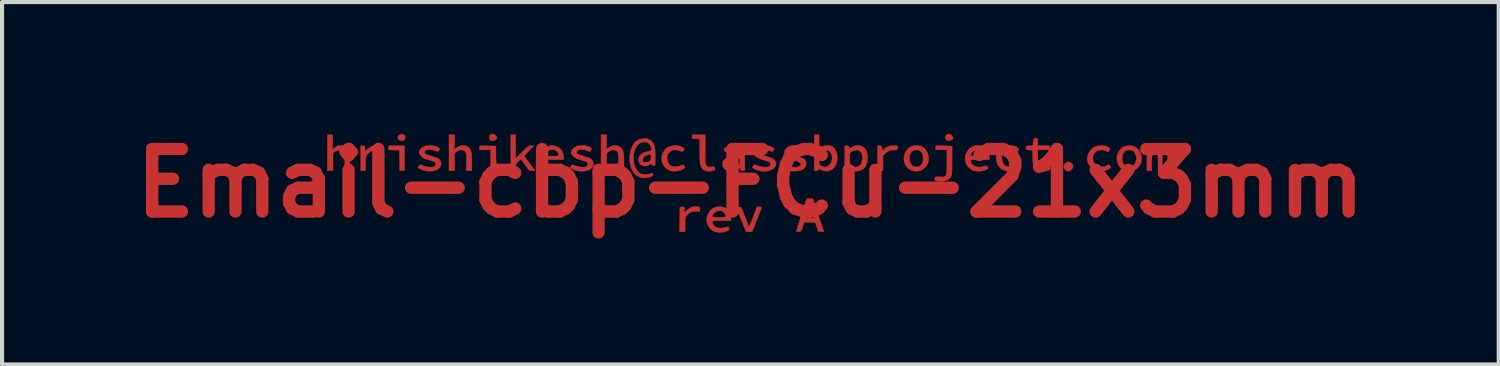
<source format=kicad_pcb>
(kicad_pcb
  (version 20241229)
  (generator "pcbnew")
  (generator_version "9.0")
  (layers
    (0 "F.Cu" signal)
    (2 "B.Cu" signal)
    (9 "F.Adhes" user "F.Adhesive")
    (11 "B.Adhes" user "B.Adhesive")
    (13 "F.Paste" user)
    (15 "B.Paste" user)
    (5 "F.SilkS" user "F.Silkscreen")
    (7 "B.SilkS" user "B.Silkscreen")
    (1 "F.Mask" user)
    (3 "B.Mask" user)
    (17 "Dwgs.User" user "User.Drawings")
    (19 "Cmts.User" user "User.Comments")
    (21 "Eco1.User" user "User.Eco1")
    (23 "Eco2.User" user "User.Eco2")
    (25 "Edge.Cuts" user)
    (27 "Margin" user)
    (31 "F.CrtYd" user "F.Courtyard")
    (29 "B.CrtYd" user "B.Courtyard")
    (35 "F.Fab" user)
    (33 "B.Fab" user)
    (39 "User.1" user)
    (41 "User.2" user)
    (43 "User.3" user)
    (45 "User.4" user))
  (footprint "Email-cbp-FCu-21x3mm"
    (layer "F.Cu")
    (at 15.247 1.418)
    (property "Reference" "Email-cbp-FCu-21x3mm" (at 0 0 0) (layer "F.Cu") (effects (font (size 1.524 1.524) (thickness 0.3))))
    (attr through_hole)
    (fp_poly (pts (xy -8.433 -0.305) (xy -8.55 -0.305) (xy -8.56 -0.804) (xy -8.691 -0.809) (xy -8.822 -0.814) (xy -8.822 -0.914) (xy -8.433 -0.914) (xy -8.433 -0.305)) (stroke (width 0.01) (type solid)) (fill yes) (layer "F.Cu"))
    (fp_poly (pts (xy -6.405 -0.911) (xy -6.206 -0.906) (xy -6.201 -0.605) (xy -6.197 -0.305) (xy -6.333 -0.305) (xy -6.333 -0.813) (xy -6.604 -0.813) (xy -6.604 -0.915) (xy -6.405 -0.911)) (stroke (width 0.01) (type solid)) (fill yes) (layer "F.Cu"))
    (fp_poly (pts (xy -8.477 -1.198) (xy -8.438 -1.176) (xy -8.417 -1.135) (xy -8.416 -1.12) (xy -8.423 -1.078) (xy -8.436 -1.053) (xy -8.474 -1.036) (xy -8.523 -1.036) (xy -8.567 -1.053) (xy -8.576 -1.06) (xy -8.6 -1.103) (xy -8.592 -1.149) (xy -8.571 -1.174) (xy -8.525 -1.199) (xy -8.477 -1.198)) (stroke (width 0.01) (type solid)) (fill yes) (layer "F.Cu"))
    (fp_poly (pts (xy -6.25 -1.193) (xy -6.209 -1.163) (xy -6.199 -1.148) (xy -6.183 -1.114) (xy -6.188 -1.089) (xy -6.205 -1.068) (xy -6.247 -1.041) (xy -6.296 -1.034) (xy -6.34 -1.047) (xy -6.347 -1.053) (xy -6.364 -1.09) (xy -6.365 -1.137) (xy -6.349 -1.177) (xy -6.343 -1.184) (xy -6.299 -1.201) (xy -6.25 -1.193)) (stroke (width 0.01) (type solid)) (fill yes) (layer "F.Cu"))
    (fp_poly (pts (xy 4.875 -1.193) (xy 4.916 -1.163) (xy 4.927 -1.148) (xy 4.942 -1.114) (xy 4.937 -1.089) (xy 4.92 -1.068) (xy 4.879 -1.041) (xy 4.829 -1.034) (xy 4.786 -1.047) (xy 4.779 -1.053) (xy 4.761 -1.09) (xy 4.761 -1.137) (xy 4.776 -1.177) (xy 4.783 -1.184) (xy 4.826 -1.201) (xy 4.875 -1.193)) (stroke (width 0.01) (type solid)) (fill yes) (layer "F.Cu"))
    (fp_poly (pts (xy 7.821 -0.495) (xy 7.86 -0.445) (xy 7.867 -0.392) (xy 7.842 -0.34) (xy 7.834 -0.331) (xy 7.781 -0.295) (xy 7.729 -0.292) (xy 7.682 -0.321) (xy 7.672 -0.332) (xy 7.642 -0.386) (xy 7.644 -0.435) (xy 7.678 -0.483) (xy 7.678 -0.483) (xy 7.729 -0.518) (xy 7.779 -0.52) (xy 7.821 -0.495)) (stroke (width 0.01) (type solid)) (fill yes) (layer "F.Cu"))
    (fp_poly (pts (xy 3.543 -0.919) (xy 3.581 -0.909) (xy 3.596 -0.888) (xy 3.592 -0.853) (xy 3.591 -0.851) (xy 3.579 -0.821) (xy 3.557 -0.809) (xy 3.514 -0.809) (xy 3.512 -0.809) (xy 3.439 -0.809) (xy 3.382 -0.793) (xy 3.327 -0.756) (xy 3.302 -0.734) (xy 3.234 -0.673) (xy 3.234 -0.305) (xy 3.099 -0.305) (xy 3.099 -0.914) (xy 3.148 -0.914) (xy 3.189 -0.906) (xy 3.21 -0.876) (xy 3.217 -0.82) (xy 3.217 -0.816) (xy 3.218 -0.785) (xy 3.227 -0.786) (xy 3.243 -0.808) (xy 3.302 -0.865) (xy 3.382 -0.904) (xy 3.473 -0.92) (xy 3.477 -0.92) (xy 3.543 -0.919)) (stroke (width 0.01) (type solid)) (fill yes) (layer "F.Cu"))
    (fp_poly (pts (xy -5.723 -0.602) (xy -5.567 -0.758) (xy -5.501 -0.822) (xy -5.454 -0.866) (xy -5.419 -0.893) (xy -5.391 -0.908) (xy -5.364 -0.914) (xy -5.343 -0.914) (xy -5.276 -0.914) (xy -5.397 -0.792) (xy -5.519 -0.669) (xy -5.384 -0.487) (xy -5.25 -0.305) (xy -5.322 -0.305) (xy -5.355 -0.307) (xy -5.38 -0.313) (xy -5.404 -0.33) (xy -5.432 -0.363) (xy -5.472 -0.416) (xy -5.495 -0.448) (xy -5.596 -0.591) (xy -5.66 -0.529) (xy -5.699 -0.487) (xy -5.717 -0.451) (xy -5.723 -0.404) (xy -5.723 -0.386) (xy -5.723 -0.305) (xy -5.842 -0.305) (xy -5.842 -1.185) (xy -5.723 -1.185) (xy -5.723 -0.602)) (stroke (width 0.01) (type solid)) (fill yes) (layer "F.Cu"))
    (fp_poly (pts (xy -9.087 -0.92) (xy -9.044 -0.91) (xy -9.02 -0.892) (xy -9.019 -0.884) (xy -9.021 -0.851) (xy -9.023 -0.828) (xy -9.028 -0.806) (xy -9.047 -0.799) (xy -9.087 -0.803) (xy -9.093 -0.804) (xy -9.185 -0.804) (xy -9.268 -0.771) (xy -9.329 -0.718) (xy -9.353 -0.69) (xy -9.367 -0.665) (xy -9.376 -0.634) (xy -9.38 -0.589) (xy -9.381 -0.522) (xy -9.381 -0.482) (xy -9.381 -0.305) (xy -9.5 -0.305) (xy -9.5 -0.914) (xy -9.449 -0.914) (xy -9.417 -0.912) (xy -9.402 -0.898) (xy -9.398 -0.863) (xy -9.398 -0.845) (xy -9.398 -0.775) (xy -9.331 -0.835) (xy -9.278 -0.875) (xy -9.22 -0.906) (xy -9.196 -0.914) (xy -9.141 -0.922) (xy -9.087 -0.92)) (stroke (width 0.01) (type solid)) (fill yes) (layer "F.Cu"))
    (fp_poly (pts (xy -1.298 0.57) (xy -1.254 0.581) (xy -1.231 0.598) (xy -1.229 0.606) (xy -1.232 0.639) (xy -1.234 0.662) (xy -1.239 0.684) (xy -1.257 0.691) (xy -1.298 0.687) (xy -1.304 0.686) (xy -1.395 0.686) (xy -1.478 0.719) (xy -1.54 0.772) (xy -1.563 0.8) (xy -1.578 0.825) (xy -1.587 0.856) (xy -1.591 0.901) (xy -1.592 0.968) (xy -1.592 1.008) (xy -1.592 1.185) (xy -1.728 1.185) (xy -1.723 0.885) (xy -1.719 0.584) (xy -1.664 0.579) (xy -1.629 0.577) (xy -1.613 0.588) (xy -1.609 0.619) (xy -1.609 0.644) (xy -1.609 0.715) (xy -1.542 0.655) (xy -1.488 0.615) (xy -1.43 0.584) (xy -1.407 0.576) (xy -1.352 0.568) (xy -1.298 0.57)) (stroke (width 0.01) (type solid)) (fill yes) (layer "F.Cu"))
    (fp_poly (pts (xy 4.72 -0.911) (xy 4.919 -0.906) (xy 4.919 -0.559) (xy 4.919 -0.438) (xy 4.918 -0.347) (xy 4.915 -0.279) (xy 4.911 -0.231) (xy 4.904 -0.196) (xy 4.896 -0.17) (xy 4.889 -0.157) (xy 4.838 -0.098) (xy 4.765 -0.059) (xy 4.674 -0.044) (xy 4.574 -0.052) (xy 4.522 -0.063) (xy 4.496 -0.074) (xy 4.49 -0.092) (xy 4.496 -0.122) (xy 4.496 -0.123) (xy 4.504 -0.145) (xy 4.517 -0.157) (xy 4.545 -0.16) (xy 4.596 -0.158) (xy 4.622 -0.156) (xy 4.677 -0.153) (xy 4.719 -0.156) (xy 4.749 -0.169) (xy 4.77 -0.195) (xy 4.782 -0.238) (xy 4.789 -0.304) (xy 4.792 -0.395) (xy 4.792 -0.516) (xy 4.792 -0.813) (xy 4.521 -0.813) (xy 4.521 -0.915) (xy 4.72 -0.911)) (stroke (width 0.01) (type solid)) (fill yes) (layer "F.Cu"))
    (fp_poly (pts (xy 1.793 1.187) (xy 1.653 1.177) (xy 1.618 1.067) (xy 1.583 0.957) (xy 1.446 0.952) (xy 1.309 0.947) (xy 1.276 1.062) (xy 1.258 1.122) (xy 1.244 1.157) (xy 1.226 1.174) (xy 1.2 1.18) (xy 1.181 1.182) (xy 1.14 1.183) (xy 1.119 1.178) (xy 1.118 1.176) (xy 1.123 1.158) (xy 1.137 1.112) (xy 1.158 1.042) (xy 1.186 0.954) (xy 1.219 0.852) (xy 1.221 0.847) (xy 1.342 0.847) (xy 1.555 0.847) (xy 1.505 0.682) (xy 1.484 0.611) (xy 1.466 0.552) (xy 1.454 0.513) (xy 1.451 0.501) (xy 1.445 0.51) (xy 1.431 0.546) (xy 1.413 0.602) (xy 1.394 0.666) (xy 1.342 0.847) (xy 1.221 0.847) (xy 1.246 0.769) (xy 1.374 0.373) (xy 1.521 0.373) (xy 1.793 1.187)) (stroke (width 0.01) (type solid)) (fill yes) (layer "F.Cu"))
    (fp_poly (pts (xy -10.249 -1.182) (xy -10.185 -1.177) (xy -10.187 -1.003) (xy -10.187 -0.931) (xy -10.185 -0.874) (xy -10.181 -0.838) (xy -10.177 -0.83) (xy -10.158 -0.841) (xy -10.135 -0.864) (xy -10.078 -0.904) (xy -10.008 -0.922) (xy -9.934 -0.92) (xy -9.866 -0.897) (xy -9.813 -0.855) (xy -9.804 -0.842) (xy -9.79 -0.816) (xy -9.781 -0.785) (xy -9.775 -0.743) (xy -9.772 -0.683) (xy -9.771 -0.599) (xy -9.771 -0.546) (xy -9.771 -0.305) (xy -9.889 -0.305) (xy -9.889 -0.509) (xy -9.891 -0.615) (xy -9.897 -0.692) (xy -9.909 -0.746) (xy -9.927 -0.781) (xy -9.947 -0.8) (xy -9.992 -0.812) (xy -10.05 -0.806) (xy -10.109 -0.782) (xy -10.121 -0.775) (xy -10.177 -0.737) (xy -10.177 -0.521) (xy -10.177 -0.305) (xy -10.312 -0.305) (xy -10.312 -1.187) (xy -10.249 -1.182)) (stroke (width 0.01) (type solid)) (fill yes) (layer "F.Cu"))
    (fp_poly (pts (xy -7.217 -1.007) (xy -7.218 -0.935) (xy -7.219 -0.876) (xy -7.218 -0.839) (xy -7.216 -0.83) (xy -7.2 -0.839) (xy -7.17 -0.862) (xy -7.167 -0.864) (xy -7.089 -0.907) (xy -7.002 -0.921) (xy -6.932 -0.91) (xy -6.884 -0.888) (xy -6.849 -0.85) (xy -6.828 -0.813) (xy -6.812 -0.778) (xy -6.801 -0.741) (xy -6.795 -0.696) (xy -6.791 -0.634) (xy -6.79 -0.549) (xy -6.79 -0.521) (xy -6.79 -0.305) (xy -6.926 -0.305) (xy -6.926 -0.525) (xy -6.926 -0.617) (xy -6.928 -0.681) (xy -6.933 -0.723) (xy -6.94 -0.751) (xy -6.952 -0.77) (xy -6.96 -0.779) (xy -7.011 -0.808) (xy -7.073 -0.811) (xy -7.136 -0.787) (xy -7.162 -0.769) (xy -7.214 -0.725) (xy -7.214 -0.305) (xy -7.349 -0.305) (xy -7.349 -1.185) (xy -7.211 -1.185) (xy -7.217 -1.007)) (stroke (width 0.01) (type solid)) (fill yes) (layer "F.Cu"))
    (fp_poly (pts (xy -3.508 -1.007) (xy -3.51 -0.935) (xy -3.51 -0.876) (xy -3.509 -0.839) (xy -3.508 -0.83) (xy -3.492 -0.839) (xy -3.461 -0.862) (xy -3.459 -0.864) (xy -3.38 -0.907) (xy -3.294 -0.921) (xy -3.223 -0.91) (xy -3.176 -0.888) (xy -3.141 -0.85) (xy -3.12 -0.813) (xy -3.104 -0.778) (xy -3.093 -0.741) (xy -3.086 -0.696) (xy -3.083 -0.634) (xy -3.082 -0.549) (xy -3.082 -0.521) (xy -3.082 -0.305) (xy -3.217 -0.305) (xy -3.217 -0.525) (xy -3.218 -0.617) (xy -3.22 -0.681) (xy -3.224 -0.723) (xy -3.232 -0.751) (xy -3.243 -0.77) (xy -3.251 -0.779) (xy -3.302 -0.808) (xy -3.364 -0.811) (xy -3.428 -0.787) (xy -3.453 -0.769) (xy -3.505 -0.725) (xy -3.505 -0.305) (xy -3.641 -0.305) (xy -3.641 -1.185) (xy -3.503 -1.185) (xy -3.508 -1.007)) (stroke (width 0.01) (type solid)) (fill yes) (layer "F.Cu"))
    (fp_poly (pts (xy -1.101 -0.821) (xy -1.101 -0.701) (xy -1.1 -0.61) (xy -1.098 -0.543) (xy -1.095 -0.496) (xy -1.09 -0.465) (xy -1.083 -0.444) (xy -1.073 -0.43) (xy -1.066 -0.422) (xy -1.037 -0.401) (xy -1.002 -0.394) (xy -0.956 -0.399) (xy -0.909 -0.404) (xy -0.883 -0.399) (xy -0.869 -0.379) (xy -0.866 -0.37) (xy -0.859 -0.339) (xy -0.877 -0.319) (xy -0.895 -0.31) (xy -0.955 -0.294) (xy -1.029 -0.291) (xy -1.092 -0.3) (xy -1.147 -0.329) (xy -1.193 -0.381) (xy -1.219 -0.439) (xy -1.225 -0.476) (xy -1.23 -0.54) (xy -1.233 -0.623) (xy -1.236 -0.719) (xy -1.236 -0.792) (xy -1.236 -1.084) (xy -1.329 -1.084) (xy -1.383 -1.085) (xy -1.41 -1.09) (xy -1.421 -1.105) (xy -1.422 -1.134) (xy -1.422 -1.185) (xy -1.101 -1.185) (xy -1.101 -0.821)) (stroke (width 0.01) (type solid)) (fill yes) (layer "F.Cu"))
    (fp_poly (pts (xy -0.254 0.58) (xy -0.223 0.593) (xy -0.212 0.605) (xy -0.202 0.632) (xy -0.182 0.683) (xy -0.156 0.752) (xy -0.126 0.83) (xy -0.123 0.838) (xy -0.093 0.916) (xy -0.067 0.982) (xy -0.047 1.03) (xy -0.035 1.053) (xy -0.035 1.054) (xy -0.025 1.044) (xy -0.007 1.007) (xy 0.019 0.948) (xy 0.049 0.872) (xy 0.068 0.821) (xy 0.16 0.576) (xy 0.215 0.576) (xy 0.253 0.579) (xy 0.271 0.587) (xy 0.271 0.588) (xy 0.266 0.608) (xy 0.249 0.653) (xy 0.224 0.719) (xy 0.193 0.802) (xy 0.157 0.893) (xy 0.042 1.185) (xy -0.029 1.185) (xy -0.074 1.183) (xy -0.103 1.176) (xy -0.107 1.173) (xy -0.118 1.149) (xy -0.138 1.102) (xy -0.166 1.036) (xy -0.197 0.958) (xy -0.23 0.875) (xy -0.263 0.793) (xy -0.293 0.717) (xy -0.317 0.654) (xy -0.333 0.611) (xy -0.339 0.593) (xy -0.325 0.578) (xy -0.292 0.575) (xy -0.254 0.58)) (stroke (width 0.01) (type solid)) (fill yes) (layer "F.Cu"))
    (fp_poly (pts (xy 8.664 -0.907) (xy 8.708 -0.891) (xy 8.753 -0.863) (xy 8.769 -0.837) (xy 8.756 -0.804) (xy 8.746 -0.789) (xy 8.726 -0.768) (xy 8.706 -0.769) (xy 8.68 -0.785) (xy 8.62 -0.807) (xy 8.548 -0.812) (xy 8.477 -0.8) (xy 8.433 -0.779) (xy 8.381 -0.724) (xy 8.354 -0.656) (xy 8.351 -0.583) (xy 8.372 -0.513) (xy 8.414 -0.454) (xy 8.477 -0.414) (xy 8.497 -0.407) (xy 8.582 -0.399) (xy 8.666 -0.419) (xy 8.7 -0.437) (xy 8.73 -0.452) (xy 8.75 -0.445) (xy 8.763 -0.43) (xy 8.781 -0.397) (xy 8.774 -0.37) (xy 8.739 -0.342) (xy 8.724 -0.333) (xy 8.66 -0.309) (xy 8.578 -0.297) (xy 8.493 -0.297) (xy 8.428 -0.308) (xy 8.36 -0.34) (xy 8.297 -0.396) (xy 8.247 -0.463) (xy 8.228 -0.503) (xy 8.214 -0.596) (xy 8.23 -0.69) (xy 8.271 -0.777) (xy 8.334 -0.848) (xy 8.386 -0.883) (xy 8.474 -0.912) (xy 8.571 -0.92) (xy 8.664 -0.907)) (stroke (width 0.01) (type solid)) (fill yes) (layer "F.Cu"))
    (fp_poly (pts (xy -1.708 -0.904) (xy -1.64 -0.865) (xy -1.614 -0.841) (xy -1.612 -0.823) (xy -1.632 -0.798) (xy -1.657 -0.775) (xy -1.681 -0.774) (xy -1.711 -0.788) (xy -1.759 -0.803) (xy -1.819 -0.812) (xy -1.838 -0.813) (xy -1.893 -0.809) (xy -1.933 -0.791) (xy -1.974 -0.755) (xy -2.011 -0.713) (xy -2.028 -0.672) (xy -2.032 -0.618) (xy -2.02 -0.533) (xy -1.986 -0.465) (xy -1.936 -0.422) (xy -1.876 -0.404) (xy -1.802 -0.403) (xy -1.729 -0.417) (xy -1.696 -0.43) (xy -1.658 -0.448) (xy -1.637 -0.45) (xy -1.62 -0.434) (xy -1.616 -0.429) (xy -1.597 -0.4) (xy -1.598 -0.379) (xy -1.623 -0.357) (xy -1.651 -0.338) (xy -1.714 -0.313) (xy -1.794 -0.297) (xy -1.876 -0.293) (xy -1.946 -0.302) (xy -1.951 -0.304) (xy -2.036 -0.348) (xy -2.102 -0.414) (xy -2.147 -0.497) (xy -2.166 -0.589) (xy -2.157 -0.682) (xy -2.134 -0.744) (xy -2.075 -0.827) (xy -1.994 -0.885) (xy -1.906 -0.914) (xy -1.801 -0.923) (xy -1.708 -0.904)) (stroke (width 0.01) (type solid)) (fill yes) (layer "F.Cu"))
    (fp_poly (pts (xy 4.143 -0.909) (xy 4.205 -0.882) (xy 4.266 -0.827) (xy 4.314 -0.749) (xy 4.343 -0.661) (xy 4.348 -0.576) (xy 4.324 -0.479) (xy 4.275 -0.399) (xy 4.208 -0.338) (xy 4.126 -0.301) (xy 4.036 -0.29) (xy 3.943 -0.309) (xy 3.929 -0.315) (xy 3.856 -0.356) (xy 3.804 -0.411) (xy 3.774 -0.461) (xy 3.746 -0.55) (xy 3.746 -0.596) (xy 3.878 -0.596) (xy 3.891 -0.514) (xy 3.927 -0.449) (xy 3.984 -0.407) (xy 3.986 -0.406) (xy 4.036 -0.398) (xy 4.094 -0.406) (xy 4.142 -0.426) (xy 4.146 -0.428) (xy 4.186 -0.48) (xy 4.209 -0.551) (xy 4.215 -0.629) (xy 4.201 -0.704) (xy 4.191 -0.728) (xy 4.149 -0.782) (xy 4.091 -0.809) (xy 4.047 -0.813) (xy 3.974 -0.799) (xy 3.922 -0.758) (xy 3.889 -0.691) (xy 3.878 -0.598) (xy 3.878 -0.596) (xy 3.746 -0.596) (xy 3.746 -0.646) (xy 3.771 -0.739) (xy 3.819 -0.82) (xy 3.881 -0.876) (xy 3.961 -0.911) (xy 4.052 -0.922) (xy 4.143 -0.909)) (stroke (width 0.01) (type solid)) (fill yes) (layer "F.Cu"))
    (fp_poly (pts (xy 6.389 -0.916) (xy 6.458 -0.901) (xy 6.48 -0.892) (xy 6.528 -0.862) (xy 6.546 -0.836) (xy 6.537 -0.808) (xy 6.527 -0.795) (xy 6.504 -0.775) (xy 6.48 -0.775) (xy 6.45 -0.788) (xy 6.403 -0.803) (xy 6.343 -0.812) (xy 6.324 -0.813) (xy 6.269 -0.809) (xy 6.229 -0.791) (xy 6.187 -0.755) (xy 6.151 -0.713) (xy 6.134 -0.674) (xy 6.13 -0.619) (xy 6.13 -0.616) (xy 6.143 -0.526) (xy 6.18 -0.459) (xy 6.238 -0.415) (xy 6.311 -0.396) (xy 6.396 -0.405) (xy 6.472 -0.434) (xy 6.506 -0.448) (xy 6.528 -0.44) (xy 6.544 -0.419) (xy 6.561 -0.39) (xy 6.553 -0.37) (xy 6.533 -0.353) (xy 6.452 -0.311) (xy 6.355 -0.292) (xy 6.253 -0.297) (xy 6.192 -0.312) (xy 6.116 -0.35) (xy 6.059 -0.406) (xy 6.026 -0.461) (xy 6.005 -0.524) (xy 5.995 -0.599) (xy 5.997 -0.673) (xy 6.012 -0.73) (xy 6.013 -0.733) (xy 6.056 -0.795) (xy 6.115 -0.854) (xy 6.171 -0.893) (xy 6.231 -0.911) (xy 6.308 -0.919) (xy 6.389 -0.916)) (stroke (width 0.01) (type solid)) (fill yes) (layer "F.Cu"))
    (fp_poly (pts (xy 6.989 -1.099) (xy 7.004 -1.088) (xy 7.01 -1.06) (xy 7.01 -1.008) (xy 7.01 -0.914) (xy 7.298 -0.914) (xy 7.298 -0.813) (xy 7.01 -0.813) (xy 7.01 -0.645) (xy 7.013 -0.549) (xy 7.021 -0.481) (xy 7.04 -0.437) (xy 7.072 -0.412) (xy 7.121 -0.401) (xy 7.183 -0.399) (xy 7.251 -0.397) (xy 7.293 -0.386) (xy 7.312 -0.364) (xy 7.315 -0.344) (xy 7.3 -0.325) (xy 7.26 -0.309) (xy 7.205 -0.296) (xy 7.143 -0.29) (xy 7.085 -0.291) (xy 7.044 -0.299) (xy 6.985 -0.323) (xy 6.942 -0.355) (xy 6.913 -0.4) (xy 6.896 -0.463) (xy 6.888 -0.55) (xy 6.886 -0.625) (xy 6.883 -0.804) (xy 6.803 -0.809) (xy 6.754 -0.814) (xy 6.731 -0.824) (xy 6.723 -0.845) (xy 6.723 -0.865) (xy 6.724 -0.894) (xy 6.736 -0.909) (xy 6.766 -0.914) (xy 6.807 -0.914) (xy 6.857 -0.915) (xy 6.882 -0.922) (xy 6.891 -0.941) (xy 6.892 -0.969) (xy 6.896 -1.038) (xy 6.911 -1.079) (xy 6.938 -1.098) (xy 6.962 -1.101) (xy 6.989 -1.099)) (stroke (width 0.01) (type solid)) (fill yes) (layer "F.Cu"))
    (fp_poly (pts (xy 9.337 -0.904) (xy 9.421 -0.86) (xy 9.486 -0.79) (xy 9.527 -0.699) (xy 9.529 -0.694) (xy 9.541 -0.59) (xy 9.524 -0.495) (xy 9.481 -0.414) (xy 9.418 -0.351) (xy 9.338 -0.308) (xy 9.244 -0.292) (xy 9.141 -0.304) (xy 9.134 -0.306) (xy 9.058 -0.345) (xy 8.998 -0.408) (xy 8.956 -0.489) (xy 8.941 -0.558) (xy 9.068 -0.558) (xy 9.091 -0.479) (xy 9.096 -0.469) (xy 9.136 -0.426) (xy 9.195 -0.404) (xy 9.263 -0.403) (xy 9.329 -0.425) (xy 9.342 -0.433) (xy 9.372 -0.467) (xy 9.397 -0.522) (xy 9.412 -0.583) (xy 9.415 -0.614) (xy 9.406 -0.661) (xy 9.384 -0.716) (xy 9.356 -0.765) (xy 9.334 -0.789) (xy 9.286 -0.808) (xy 9.225 -0.812) (xy 9.166 -0.8) (xy 9.132 -0.78) (xy 9.09 -0.719) (xy 9.068 -0.642) (xy 9.068 -0.558) (xy 8.941 -0.558) (xy 8.936 -0.581) (xy 8.942 -0.676) (xy 8.946 -0.694) (xy 8.986 -0.787) (xy 9.05 -0.857) (xy 9.133 -0.902) (xy 9.233 -0.919) (xy 9.237 -0.919) (xy 9.337 -0.904)) (stroke (width 0.01) (type solid)) (fill yes) (layer "F.Cu"))
    (fp_poly (pts (xy 1.676 -0.848) (xy 1.738 -0.884) (xy 1.812 -0.913) (xy 1.893 -0.92) (xy 1.969 -0.907) (xy 2.003 -0.89) (xy 2.061 -0.833) (xy 2.099 -0.756) (xy 2.118 -0.667) (xy 2.118 -0.573) (xy 2.098 -0.482) (xy 2.058 -0.402) (xy 2 -0.34) (xy 1.997 -0.338) (xy 1.918 -0.301) (xy 1.833 -0.293) (xy 1.751 -0.315) (xy 1.74 -0.321) (xy 1.694 -0.345) (xy 1.67 -0.353) (xy 1.661 -0.347) (xy 1.659 -0.33) (xy 1.644 -0.31) (xy 1.609 -0.305) (xy 1.558 -0.305) (xy 1.558 -0.605) (xy 1.676 -0.605) (xy 1.676 -0.603) (xy 1.678 -0.526) (xy 1.685 -0.474) (xy 1.702 -0.442) (xy 1.732 -0.421) (xy 1.773 -0.407) (xy 1.808 -0.396) (xy 1.825 -0.391) (xy 1.842 -0.396) (xy 1.878 -0.41) (xy 1.887 -0.413) (xy 1.938 -0.452) (xy 1.974 -0.512) (xy 1.992 -0.585) (xy 1.99 -0.662) (xy 1.968 -0.734) (xy 1.95 -0.762) (xy 1.904 -0.797) (xy 1.842 -0.81) (xy 1.775 -0.8) (xy 1.731 -0.78) (xy 1.705 -0.762) (xy 1.688 -0.744) (xy 1.68 -0.717) (xy 1.677 -0.674) (xy 1.676 -0.605) (xy 1.558 -0.605) (xy 1.558 -1.185) (xy 1.676 -1.185) (xy 1.676 -0.848)) (stroke (width 0.01) (type solid)) (fill yes) (layer "F.Cu"))
    (fp_poly (pts (xy 10.222 -0.91) (xy 10.267 -0.872) (xy 10.29 -0.83) (xy 10.298 -0.789) (xy 10.305 -0.721) (xy 10.31 -0.635) (xy 10.311 -0.539) (xy 10.311 -0.538) (xy 10.312 -0.305) (xy 10.178 -0.305) (xy 10.173 -0.555) (xy 10.171 -0.651) (xy 10.169 -0.719) (xy 10.165 -0.764) (xy 10.159 -0.79) (xy 10.151 -0.803) (xy 10.138 -0.808) (xy 10.132 -0.81) (xy 10.099 -0.808) (xy 10.074 -0.788) (xy 10.057 -0.749) (xy 10.047 -0.684) (xy 10.042 -0.592) (xy 10.041 -0.521) (xy 10.041 -0.305) (xy 9.94 -0.305) (xy 9.94 -0.515) (xy 9.938 -0.627) (xy 9.933 -0.709) (xy 9.923 -0.764) (xy 9.907 -0.797) (xy 9.885 -0.812) (xy 9.873 -0.813) (xy 9.84 -0.803) (xy 9.816 -0.771) (xy 9.8 -0.714) (xy 9.791 -0.63) (xy 9.787 -0.516) (xy 9.787 -0.509) (xy 9.787 -0.305) (xy 9.669 -0.305) (xy 9.669 -0.914) (xy 9.72 -0.914) (xy 9.756 -0.909) (xy 9.77 -0.89) (xy 9.771 -0.878) (xy 9.771 -0.841) (xy 9.809 -0.876) (xy 9.868 -0.917) (xy 9.922 -0.924) (xy 9.975 -0.898) (xy 9.988 -0.886) (xy 10.036 -0.838) (xy 10.063 -0.874) (xy 10.111 -0.913) (xy 10.166 -0.924) (xy 10.222 -0.91)) (stroke (width 0.01) (type solid)) (fill yes) (layer "F.Cu"))
    (fp_poly (pts (xy 2.703 -0.905) (xy 2.717 -0.899) (xy 2.774 -0.868) (xy 2.81 -0.827) (xy 2.828 -0.792) (xy 2.856 -0.7) (xy 2.861 -0.602) (xy 2.846 -0.505) (xy 2.812 -0.42) (xy 2.761 -0.353) (xy 2.743 -0.339) (xy 2.667 -0.303) (xy 2.582 -0.294) (xy 2.501 -0.312) (xy 2.485 -0.319) (xy 2.421 -0.352) (xy 2.421 -0.051) (xy 2.303 -0.051) (xy 2.303 -0.603) (xy 2.421 -0.603) (xy 2.423 -0.526) (xy 2.431 -0.474) (xy 2.447 -0.442) (xy 2.477 -0.421) (xy 2.518 -0.407) (xy 2.552 -0.396) (xy 2.567 -0.391) (xy 2.582 -0.395) (xy 2.617 -0.406) (xy 2.623 -0.408) (xy 2.679 -0.445) (xy 2.715 -0.508) (xy 2.731 -0.594) (xy 2.732 -0.624) (xy 2.721 -0.709) (xy 2.691 -0.768) (xy 2.641 -0.801) (xy 2.598 -0.809) (xy 2.516 -0.798) (xy 2.477 -0.78) (xy 2.45 -0.762) (xy 2.433 -0.744) (xy 2.425 -0.717) (xy 2.422 -0.674) (xy 2.421 -0.605) (xy 2.421 -0.603) (xy 2.303 -0.603) (xy 2.303 -0.914) (xy 2.354 -0.914) (xy 2.391 -0.909) (xy 2.404 -0.889) (xy 2.405 -0.881) (xy 2.406 -0.856) (xy 2.416 -0.849) (xy 2.442 -0.86) (xy 2.476 -0.879) (xy 2.556 -0.915) (xy 2.628 -0.924) (xy 2.703 -0.905)) (stroke (width 0.01) (type solid)) (fill yes) (layer "F.Cu"))
    (fp_poly (pts (xy -7.731 -0.915) (xy -7.654 -0.895) (xy -7.603 -0.866) (xy -7.579 -0.843) (xy -7.582 -0.82) (xy -7.594 -0.801) (xy -7.616 -0.777) (xy -7.64 -0.776) (xy -7.667 -0.787) (xy -7.739 -0.813) (xy -7.809 -0.824) (xy -7.871 -0.82) (xy -7.917 -0.801) (xy -7.94 -0.769) (xy -7.942 -0.756) (xy -7.936 -0.729) (xy -7.914 -0.707) (xy -7.871 -0.688) (xy -7.802 -0.668) (xy -7.764 -0.658) (xy -7.661 -0.626) (xy -7.59 -0.585) (xy -7.549 -0.534) (xy -7.535 -0.472) (xy -7.551 -0.411) (xy -7.593 -0.36) (xy -7.657 -0.321) (xy -7.737 -0.298) (xy -7.828 -0.29) (xy -7.922 -0.301) (xy -7.976 -0.316) (xy -8.028 -0.337) (xy -8.071 -0.357) (xy -8.082 -0.364) (xy -8.101 -0.381) (xy -8.099 -0.398) (xy -8.081 -0.423) (xy -8.059 -0.447) (xy -8.039 -0.452) (xy -8.007 -0.439) (xy -7.993 -0.432) (xy -7.936 -0.411) (xy -7.865 -0.397) (xy -7.794 -0.392) (xy -7.735 -0.396) (xy -7.707 -0.405) (xy -7.676 -0.439) (xy -7.671 -0.467) (xy -7.678 -0.496) (xy -7.704 -0.52) (xy -7.751 -0.542) (xy -7.826 -0.564) (xy -7.874 -0.576) (xy -7.95 -0.604) (xy -8.014 -0.645) (xy -8.058 -0.694) (xy -8.077 -0.745) (xy -8.077 -0.751) (xy -8.061 -0.809) (xy -8.018 -0.86) (xy -7.952 -0.899) (xy -7.902 -0.914) (xy -7.818 -0.922) (xy -7.731 -0.915)) (stroke (width 0.01) (type solid)) (fill yes) (layer "F.Cu"))
    (fp_poly (pts (xy -4.023 -0.915) (xy -3.946 -0.895) (xy -3.894 -0.866) (xy -3.871 -0.843) (xy -3.873 -0.82) (xy -3.886 -0.801) (xy -3.908 -0.777) (xy -3.931 -0.776) (xy -3.958 -0.787) (xy -4.031 -0.813) (xy -4.101 -0.824) (xy -4.162 -0.82) (xy -4.208 -0.801) (xy -4.232 -0.769) (xy -4.233 -0.756) (xy -4.227 -0.729) (xy -4.205 -0.707) (xy -4.163 -0.688) (xy -4.094 -0.668) (xy -4.056 -0.658) (xy -3.953 -0.626) (xy -3.882 -0.585) (xy -3.84 -0.534) (xy -3.827 -0.472) (xy -3.842 -0.411) (xy -3.885 -0.36) (xy -3.949 -0.321) (xy -4.029 -0.298) (xy -4.119 -0.29) (xy -4.214 -0.301) (xy -4.267 -0.316) (xy -4.32 -0.337) (xy -4.362 -0.357) (xy -4.373 -0.364) (xy -4.393 -0.381) (xy -4.391 -0.398) (xy -4.372 -0.423) (xy -4.35 -0.447) (xy -4.33 -0.452) (xy -4.298 -0.439) (xy -4.285 -0.432) (xy -4.227 -0.411) (xy -4.157 -0.397) (xy -4.086 -0.392) (xy -4.026 -0.396) (xy -3.999 -0.405) (xy -3.968 -0.439) (xy -3.962 -0.467) (xy -3.97 -0.496) (xy -3.995 -0.52) (xy -4.043 -0.542) (xy -4.118 -0.564) (xy -4.166 -0.576) (xy -4.241 -0.604) (xy -4.305 -0.645) (xy -4.35 -0.694) (xy -4.369 -0.745) (xy -4.369 -0.751) (xy -4.353 -0.809) (xy -4.309 -0.86) (xy -4.244 -0.899) (xy -4.194 -0.914) (xy -4.109 -0.922) (xy -4.023 -0.915)) (stroke (width 0.01) (type solid)) (fill yes) (layer "F.Cu"))
    (fp_poly (pts (xy 1.211 -0.902) (xy 1.261 -0.883) (xy 1.344 -0.846) (xy 1.308 -0.809) (xy 1.277 -0.785) (xy 1.247 -0.785) (xy 1.229 -0.792) (xy 1.186 -0.806) (xy 1.128 -0.819) (xy 1.105 -0.822) (xy 1.05 -0.826) (xy 1.012 -0.818) (xy 0.982 -0.799) (xy 0.955 -0.769) (xy 0.954 -0.742) (xy 0.981 -0.716) (xy 1.037 -0.69) (xy 1.124 -0.662) (xy 1.132 -0.659) (xy 1.203 -0.637) (xy 1.265 -0.613) (xy 1.308 -0.593) (xy 1.32 -0.585) (xy 1.355 -0.533) (xy 1.364 -0.471) (xy 1.347 -0.409) (xy 1.307 -0.356) (xy 1.269 -0.33) (xy 1.207 -0.309) (xy 1.125 -0.297) (xy 1.04 -0.295) (xy 0.963 -0.304) (xy 0.94 -0.31) (xy 0.87 -0.336) (xy 0.821 -0.361) (xy 0.797 -0.382) (xy 0.796 -0.387) (xy 0.805 -0.41) (xy 0.817 -0.429) (xy 0.832 -0.444) (xy 0.85 -0.448) (xy 0.883 -0.44) (xy 0.927 -0.423) (xy 1.022 -0.397) (xy 1.107 -0.391) (xy 1.175 -0.405) (xy 1.205 -0.422) (xy 1.23 -0.451) (xy 1.23 -0.478) (xy 1.202 -0.505) (xy 1.146 -0.534) (xy 1.059 -0.566) (xy 1.049 -0.57) (xy 0.956 -0.604) (xy 0.892 -0.637) (xy 0.853 -0.673) (xy 0.834 -0.714) (xy 0.83 -0.751) (xy 0.846 -0.815) (xy 0.888 -0.865) (xy 0.951 -0.901) (xy 1.03 -0.92) (xy 1.118 -0.921) (xy 1.211 -0.902)) (stroke (width 0.01) (type solid)) (fill yes) (layer "F.Cu"))
    (fp_poly (pts (xy 5.621 -0.915) (xy 5.682 -0.898) (xy 5.702 -0.887) (xy 5.768 -0.823) (xy 5.807 -0.749) (xy 5.821 -0.67) (xy 5.829 -0.576) (xy 5.599 -0.576) (xy 5.506 -0.575) (xy 5.442 -0.574) (xy 5.401 -0.57) (xy 5.379 -0.565) (xy 5.369 -0.555) (xy 5.368 -0.546) (xy 5.383 -0.489) (xy 5.425 -0.443) (xy 5.485 -0.41) (xy 5.558 -0.394) (xy 5.636 -0.396) (xy 5.698 -0.414) (xy 5.738 -0.428) (xy 5.761 -0.426) (xy 5.779 -0.406) (xy 5.782 -0.402) (xy 5.798 -0.374) (xy 5.79 -0.356) (xy 5.778 -0.346) (xy 5.708 -0.313) (xy 5.62 -0.295) (xy 5.525 -0.293) (xy 5.441 -0.307) (xy 5.382 -0.337) (xy 5.322 -0.389) (xy 5.273 -0.451) (xy 5.255 -0.486) (xy 5.234 -0.578) (xy 5.242 -0.673) (xy 5.247 -0.685) (xy 5.369 -0.685) (xy 5.385 -0.671) (xy 5.425 -0.663) (xy 5.493 -0.661) (xy 5.537 -0.66) (xy 5.614 -0.661) (xy 5.664 -0.663) (xy 5.692 -0.669) (xy 5.704 -0.678) (xy 5.707 -0.692) (xy 5.692 -0.739) (xy 5.655 -0.783) (xy 5.606 -0.813) (xy 5.587 -0.819) (xy 5.52 -0.817) (xy 5.453 -0.793) (xy 5.401 -0.75) (xy 5.395 -0.743) (xy 5.374 -0.708) (xy 5.369 -0.685) (xy 5.247 -0.685) (xy 5.277 -0.763) (xy 5.336 -0.84) (xy 5.41 -0.893) (xy 5.472 -0.913) (xy 5.546 -0.92) (xy 5.621 -0.915)) (stroke (width 0.01) (type solid)) (fill yes) (layer "F.Cu"))
    (fp_poly (pts (xy -4.738 -0.904) (xy -4.658 -0.862) (xy -4.598 -0.798) (xy -4.563 -0.714) (xy -4.555 -0.648) (xy -4.555 -0.576) (xy -4.784 -0.576) (xy -4.876 -0.575) (xy -4.94 -0.574) (xy -4.98 -0.57) (xy -5.002 -0.564) (xy -5.011 -0.555) (xy -5.012 -0.546) (xy -4.998 -0.497) (xy -4.959 -0.449) (xy -4.91 -0.415) (xy -4.832 -0.392) (xy -4.74 -0.399) (xy -4.686 -0.414) (xy -4.644 -0.427) (xy -4.622 -0.425) (xy -4.607 -0.408) (xy -4.603 -0.402) (xy -4.594 -0.37) (xy -4.613 -0.346) (xy -4.616 -0.344) (xy -4.688 -0.309) (xy -4.778 -0.292) (xy -4.874 -0.294) (xy -4.95 -0.312) (xy -5.017 -0.344) (xy -5.066 -0.388) (xy -5.108 -0.454) (xy -5.115 -0.469) (xy -5.145 -0.564) (xy -5.144 -0.658) (xy -5.133 -0.693) (xy -5.013 -0.693) (xy -5.003 -0.675) (xy -4.967 -0.665) (xy -4.901 -0.661) (xy -4.843 -0.66) (xy -4.766 -0.661) (xy -4.716 -0.663) (xy -4.689 -0.668) (xy -4.676 -0.678) (xy -4.674 -0.693) (xy -4.674 -0.693) (xy -4.684 -0.728) (xy -4.71 -0.769) (xy -4.713 -0.772) (xy -4.745 -0.802) (xy -4.783 -0.815) (xy -4.834 -0.818) (xy -4.889 -0.815) (xy -4.926 -0.8) (xy -4.962 -0.767) (xy -4.964 -0.765) (xy -4.999 -0.722) (xy -5.013 -0.693) (xy -5.133 -0.693) (xy -5.116 -0.745) (xy -5.065 -0.82) (xy -4.993 -0.877) (xy -4.904 -0.912) (xy -4.834 -0.919) (xy -4.738 -0.904)) (stroke (width 0.01) (type solid)) (fill yes) (layer "F.Cu"))
    (fp_poly (pts (xy -0.633 0.591) (xy -0.606 0.604) (xy -0.554 0.649) (xy -0.511 0.716) (xy -0.482 0.792) (xy -0.474 0.85) (xy -0.474 0.914) (xy -0.703 0.914) (xy -0.795 0.915) (xy -0.858 0.916) (xy -0.898 0.919) (xy -0.92 0.925) (xy -0.929 0.934) (xy -0.931 0.948) (xy -0.931 0.948) (xy -0.921 0.981) (xy -0.894 1.023) (xy -0.884 1.034) (xy -0.823 1.079) (xy -0.744 1.098) (xy -0.654 1.09) (xy -0.613 1.079) (xy -0.568 1.064) (xy -0.544 1.063) (xy -0.529 1.076) (xy -0.522 1.088) (xy -0.513 1.12) (xy -0.532 1.144) (xy -0.535 1.146) (xy -0.607 1.181) (xy -0.697 1.198) (xy -0.792 1.196) (xy -0.868 1.178) (xy -0.925 1.154) (xy -0.966 1.124) (xy -1.003 1.078) (xy -1.027 1.038) (xy -1.061 0.95) (xy -1.066 0.857) (xy -1.053 0.799) (xy -0.932 0.799) (xy -0.92 0.817) (xy -0.883 0.826) (xy -0.817 0.829) (xy -0.762 0.83) (xy -0.679 0.828) (xy -0.626 0.824) (xy -0.598 0.817) (xy -0.593 0.809) (xy -0.601 0.781) (xy -0.621 0.741) (xy -0.625 0.735) (xy -0.671 0.689) (xy -0.73 0.668) (xy -0.796 0.672) (xy -0.857 0.702) (xy -0.889 0.732) (xy -0.92 0.772) (xy -0.932 0.799) (xy -1.053 0.799) (xy -1.045 0.767) (xy -1 0.686) (xy -0.934 0.623) (xy -0.893 0.599) (xy -0.808 0.575) (xy -0.717 0.572) (xy -0.633 0.591)) (stroke (width 0.01) (type solid)) (fill yes) (layer "F.Cu"))
    (fp_poly (pts (xy 0.453 -0.907) (xy 0.529 -0.878) (xy 0.569 -0.857) (xy 0.582 -0.84) (xy 0.575 -0.819) (xy 0.566 -0.804) (xy 0.544 -0.777) (xy 0.522 -0.774) (xy 0.492 -0.787) (xy 0.447 -0.804) (xy 0.387 -0.818) (xy 0.36 -0.822) (xy 0.306 -0.827) (xy 0.271 -0.822) (xy 0.244 -0.803) (xy 0.239 -0.798) (xy 0.216 -0.77) (xy 0.209 -0.746) (xy 0.224 -0.724) (xy 0.262 -0.702) (xy 0.327 -0.678) (xy 0.422 -0.648) (xy 0.435 -0.645) (xy 0.519 -0.615) (xy 0.573 -0.584) (xy 0.592 -0.565) (xy 0.623 -0.505) (xy 0.624 -0.448) (xy 0.599 -0.396) (xy 0.553 -0.351) (xy 0.489 -0.317) (xy 0.411 -0.296) (xy 0.324 -0.29) (xy 0.231 -0.302) (xy 0.195 -0.311) (xy 0.128 -0.335) (xy 0.079 -0.359) (xy 0.053 -0.38) (xy 0.051 -0.386) (xy 0.061 -0.407) (xy 0.076 -0.43) (xy 0.094 -0.449) (xy 0.113 -0.453) (xy 0.146 -0.44) (xy 0.162 -0.432) (xy 0.224 -0.411) (xy 0.297 -0.397) (xy 0.37 -0.392) (xy 0.43 -0.397) (xy 0.455 -0.405) (xy 0.484 -0.434) (xy 0.488 -0.47) (xy 0.482 -0.494) (xy 0.467 -0.512) (xy 0.438 -0.53) (xy 0.39 -0.548) (xy 0.316 -0.57) (xy 0.265 -0.584) (xy 0.177 -0.619) (xy 0.117 -0.664) (xy 0.088 -0.717) (xy 0.089 -0.776) (xy 0.123 -0.839) (xy 0.127 -0.844) (xy 0.187 -0.89) (xy 0.266 -0.916) (xy 0.358 -0.922) (xy 0.453 -0.907)) (stroke (width 0.01) (type solid)) (fill yes) (layer "F.Cu"))
    (fp_poly (pts (xy -0.3 -0.912) (xy -0.244 -0.892) (xy -0.203 -0.866) (xy -0.174 -0.83) (xy -0.154 -0.779) (xy -0.142 -0.709) (xy -0.137 -0.614) (xy -0.135 -0.527) (xy -0.135 -0.305) (xy -0.186 -0.305) (xy -0.223 -0.31) (xy -0.237 -0.33) (xy -0.237 -0.339) (xy -0.239 -0.366) (xy -0.241 -0.372) (xy -0.257 -0.365) (xy -0.294 -0.347) (xy -0.329 -0.33) (xy -0.426 -0.295) (xy -0.515 -0.292) (xy -0.583 -0.314) (xy -0.64 -0.354) (xy -0.669 -0.404) (xy -0.676 -0.463) (xy -0.558 -0.463) (xy -0.533 -0.425) (xy -0.521 -0.415) (xy -0.47 -0.397) (xy -0.404 -0.399) (xy -0.334 -0.42) (xy -0.302 -0.436) (xy -0.271 -0.46) (xy -0.257 -0.492) (xy -0.254 -0.537) (xy -0.256 -0.581) (xy -0.262 -0.607) (xy -0.265 -0.61) (xy -0.287 -0.607) (xy -0.331 -0.6) (xy -0.382 -0.591) (xy -0.463 -0.57) (xy -0.52 -0.539) (xy -0.553 -0.502) (xy -0.558 -0.463) (xy -0.676 -0.463) (xy -0.677 -0.468) (xy -0.673 -0.518) (xy -0.654 -0.555) (xy -0.619 -0.589) (xy -0.582 -0.617) (xy -0.535 -0.639) (xy -0.473 -0.657) (xy -0.389 -0.674) (xy -0.318 -0.686) (xy -0.272 -0.696) (xy -0.257 -0.713) (xy -0.27 -0.742) (xy -0.289 -0.768) (xy -0.316 -0.795) (xy -0.348 -0.809) (xy -0.399 -0.812) (xy -0.412 -0.812) (xy -0.472 -0.807) (xy -0.524 -0.795) (xy -0.542 -0.787) (xy -0.587 -0.766) (xy -0.616 -0.769) (xy -0.637 -0.796) (xy -0.64 -0.803) (xy -0.648 -0.827) (xy -0.642 -0.844) (xy -0.615 -0.861) (xy -0.57 -0.881) (xy -0.481 -0.909) (xy -0.387 -0.919) (xy -0.3 -0.912)) (stroke (width 0.01) (type solid)) (fill yes) (layer "F.Cu"))
    (fp_poly (pts (xy -2.461 -1.067) (xy -2.408 -1.029) (xy -2.374 -0.985) (xy -2.349 -0.935) (xy -2.333 -0.873) (xy -2.324 -0.793) (xy -2.32 -0.687) (xy -2.32 -0.644) (xy -2.32 -0.554) (xy -2.321 -0.493) (xy -2.325 -0.454) (xy -2.331 -0.433) (xy -2.341 -0.425) (xy -2.355 -0.423) (xy -2.355 -0.423) (xy -2.389 -0.438) (xy -2.4 -0.458) (xy -2.41 -0.482) (xy -2.427 -0.476) (xy -2.436 -0.468) (xy -2.498 -0.43) (xy -2.567 -0.417) (xy -2.634 -0.428) (xy -2.688 -0.464) (xy -2.701 -0.479) (xy -2.725 -0.541) (xy -2.724 -0.576) (xy -2.625 -0.576) (xy -2.621 -0.538) (xy -2.613 -0.519) (xy -2.584 -0.509) (xy -2.537 -0.51) (xy -2.489 -0.52) (xy -2.459 -0.534) (xy -2.434 -0.561) (xy -2.423 -0.601) (xy -2.421 -0.637) (xy -2.423 -0.684) (xy -2.431 -0.704) (xy -2.449 -0.706) (xy -2.451 -0.705) (xy -2.491 -0.694) (xy -2.523 -0.685) (xy -2.584 -0.656) (xy -2.618 -0.611) (xy -2.625 -0.576) (xy -2.724 -0.576) (xy -2.723 -0.61) (xy -2.695 -0.673) (xy -2.678 -0.694) (xy -2.648 -0.72) (xy -2.612 -0.74) (xy -2.562 -0.758) (xy -2.49 -0.777) (xy -2.449 -0.787) (xy -2.416 -0.798) (xy -2.407 -0.818) (xy -2.411 -0.852) (xy -2.44 -0.927) (xy -2.49 -0.981) (xy -2.544 -1.004) (xy -2.62 -1.007) (xy -2.689 -0.981) (xy -2.748 -0.931) (xy -2.796 -0.861) (xy -2.83 -0.777) (xy -2.85 -0.681) (xy -2.853 -0.58) (xy -2.837 -0.477) (xy -2.801 -0.378) (xy -2.797 -0.369) (xy -2.749 -0.291) (xy -2.696 -0.243) (xy -2.633 -0.219) (xy -2.568 -0.214) (xy -2.509 -0.219) (xy -2.458 -0.229) (xy -2.44 -0.236) (xy -2.408 -0.249) (xy -2.389 -0.24) (xy -2.386 -0.235) (xy -2.373 -0.205) (xy -2.383 -0.184) (xy -2.417 -0.163) (xy -2.493 -0.137) (xy -2.579 -0.127) (xy -2.658 -0.135) (xy -2.677 -0.141) (xy -2.76 -0.181) (xy -2.824 -0.235) (xy -2.864 -0.289) (xy -2.909 -0.38) (xy -2.936 -0.488) (xy -2.945 -0.603) (xy -2.936 -0.719) (xy -2.911 -0.829) (xy -2.871 -0.925) (xy -2.815 -1) (xy -2.792 -1.021) (xy -2.711 -1.066) (xy -2.623 -1.089) (xy -2.537 -1.09) (xy -2.461 -1.067)) (stroke (width 0.01) (type solid)) (fill yes) (layer "F.Cu")))
  (gr_rect
    (start -3 -3)
    (end 33.495 5.836)
    (stroke (width 0.1) (type default))
    (fill no)
    (layer "Edge.Cuts")))
</source>
